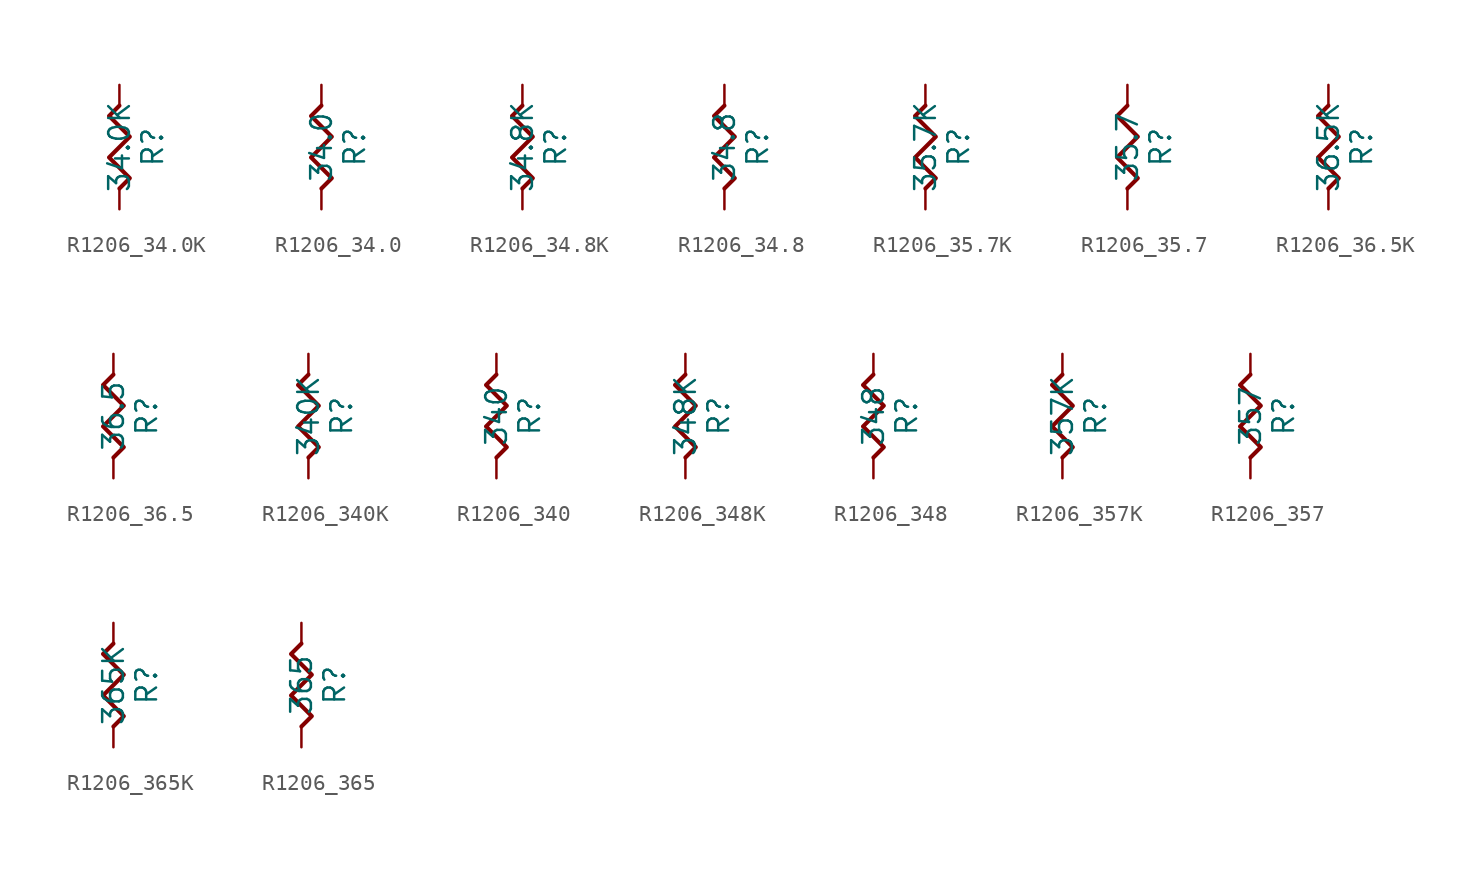
<source format=kicad_sym>
(kicad_symbol_lib
  (version 20211014)
  (generator atlantix-eda)
  (symbol "R1206_34.0K"
    (pin_numbers hide)
    (pin_names
      (offset 0))
    (property "Reference" "R"
      (at 2.032 0 90)
      (effects (font (size 1.27 1.27))))
    (property "Value" "34.0K"
      (at 0 0 90)
      (effects (font (size 1.27 1.27))))
    (symbol "R1206_34.0K_0_1"
      (polyline (pts (xy 0 -2.54) (xy 0.635 -1.905) (xy -0.635 -0.635) (xy 0.635 0.635) (xy -0.635 1.905) (xy 0 2.54)) (stroke (width 0.254) (type default) (color 0 0 0 0)) (fill (type none))))
    (symbol "R1206_34.0K_1_1"
      (pin passive line (at 0 3.81 270) (length 1.27) (name "~" (effects (font (size 1.27 1.27)))) (number "1" (effects (font (size 1.27 1.27)))))
      (pin passive line (at 0 -3.81 90) (length 1.27) (name "~" (effects (font (size 1.27 1.27)))) (number "2" (effects (font (size 1.27 1.27)))))))
  (symbol "R1206_34.0"
    (pin_numbers hide)
    (pin_names
      (offset 0))
    (property "Reference" "R"
      (at 2.032 0 90)
      (effects (font (size 1.27 1.27))))
    (property "Value" "34.0"
      (at 0 0 90)
      (effects (font (size 1.27 1.27))))
    (symbol "R1206_34.0_0_1"
      (polyline (pts (xy 0 -2.54) (xy 0.635 -1.905) (xy -0.635 -0.635) (xy 0.635 0.635) (xy -0.635 1.905) (xy 0 2.54)) (stroke (width 0.254) (type default) (color 0 0 0 0)) (fill (type none))))
    (symbol "R1206_34.0_1_1"
      (pin passive line (at 0 3.81 270) (length 1.27) (name "~" (effects (font (size 1.27 1.27)))) (number "1" (effects (font (size 1.27 1.27)))))
      (pin passive line (at 0 -3.81 90) (length 1.27) (name "~" (effects (font (size 1.27 1.27)))) (number "2" (effects (font (size 1.27 1.27)))))))
  (symbol "R1206_34.8K"
    (pin_numbers hide)
    (pin_names
      (offset 0))
    (property "Reference" "R"
      (at 2.032 0 90)
      (effects (font (size 1.27 1.27))))
    (property "Value" "34.8K"
      (at 0 0 90)
      (effects (font (size 1.27 1.27))))
    (symbol "R1206_34.8K_0_1"
      (polyline (pts (xy 0 -2.54) (xy 0.635 -1.905) (xy -0.635 -0.635) (xy 0.635 0.635) (xy -0.635 1.905) (xy 0 2.54)) (stroke (width 0.254) (type default) (color 0 0 0 0)) (fill (type none))))
    (symbol "R1206_34.8K_1_1"
      (pin passive line (at 0 3.81 270) (length 1.27) (name "~" (effects (font (size 1.27 1.27)))) (number "1" (effects (font (size 1.27 1.27)))))
      (pin passive line (at 0 -3.81 90) (length 1.27) (name "~" (effects (font (size 1.27 1.27)))) (number "2" (effects (font (size 1.27 1.27)))))))
  (symbol "R1206_34.8"
    (pin_numbers hide)
    (pin_names
      (offset 0))
    (property "Reference" "R"
      (at 2.032 0 90)
      (effects (font (size 1.27 1.27))))
    (property "Value" "34.8"
      (at 0 0 90)
      (effects (font (size 1.27 1.27))))
    (symbol "R1206_34.8_0_1"
      (polyline (pts (xy 0 -2.54) (xy 0.635 -1.905) (xy -0.635 -0.635) (xy 0.635 0.635) (xy -0.635 1.905) (xy 0 2.54)) (stroke (width 0.254) (type default) (color 0 0 0 0)) (fill (type none))))
    (symbol "R1206_34.8_1_1"
      (pin passive line (at 0 3.81 270) (length 1.27) (name "~" (effects (font (size 1.27 1.27)))) (number "1" (effects (font (size 1.27 1.27)))))
      (pin passive line (at 0 -3.81 90) (length 1.27) (name "~" (effects (font (size 1.27 1.27)))) (number "2" (effects (font (size 1.27 1.27)))))))
  (symbol "R1206_35.7K"
    (pin_numbers hide)
    (pin_names
      (offset 0))
    (property "Reference" "R"
      (at 2.032 0 90)
      (effects (font (size 1.27 1.27))))
    (property "Value" "35.7K"
      (at 0 0 90)
      (effects (font (size 1.27 1.27))))
    (symbol "R1206_35.7K_0_1"
      (polyline (pts (xy 0 -2.54) (xy 0.635 -1.905) (xy -0.635 -0.635) (xy 0.635 0.635) (xy -0.635 1.905) (xy 0 2.54)) (stroke (width 0.254) (type default) (color 0 0 0 0)) (fill (type none))))
    (symbol "R1206_35.7K_1_1"
      (pin passive line (at 0 3.81 270) (length 1.27) (name "~" (effects (font (size 1.27 1.27)))) (number "1" (effects (font (size 1.27 1.27)))))
      (pin passive line (at 0 -3.81 90) (length 1.27) (name "~" (effects (font (size 1.27 1.27)))) (number "2" (effects (font (size 1.27 1.27)))))))
  (symbol "R1206_35.7"
    (pin_numbers hide)
    (pin_names
      (offset 0))
    (property "Reference" "R"
      (at 2.032 0 90)
      (effects (font (size 1.27 1.27))))
    (property "Value" "35.7"
      (at 0 0 90)
      (effects (font (size 1.27 1.27))))
    (symbol "R1206_35.7_0_1"
      (polyline (pts (xy 0 -2.54) (xy 0.635 -1.905) (xy -0.635 -0.635) (xy 0.635 0.635) (xy -0.635 1.905) (xy 0 2.54)) (stroke (width 0.254) (type default) (color 0 0 0 0)) (fill (type none))))
    (symbol "R1206_35.7_1_1"
      (pin passive line (at 0 3.81 270) (length 1.27) (name "~" (effects (font (size 1.27 1.27)))) (number "1" (effects (font (size 1.27 1.27)))))
      (pin passive line (at 0 -3.81 90) (length 1.27) (name "~" (effects (font (size 1.27 1.27)))) (number "2" (effects (font (size 1.27 1.27)))))))
  (symbol "R1206_36.5K"
    (pin_numbers hide)
    (pin_names
      (offset 0))
    (property "Reference" "R"
      (at 2.032 0 90)
      (effects (font (size 1.27 1.27))))
    (property "Value" "36.5K"
      (at 0 0 90)
      (effects (font (size 1.27 1.27))))
    (symbol "R1206_36.5K_0_1"
      (polyline (pts (xy 0 -2.54) (xy 0.635 -1.905) (xy -0.635 -0.635) (xy 0.635 0.635) (xy -0.635 1.905) (xy 0 2.54)) (stroke (width 0.254) (type default) (color 0 0 0 0)) (fill (type none))))
    (symbol "R1206_36.5K_1_1"
      (pin passive line (at 0 3.81 270) (length 1.27) (name "~" (effects (font (size 1.27 1.27)))) (number "1" (effects (font (size 1.27 1.27)))))
      (pin passive line (at 0 -3.81 90) (length 1.27) (name "~" (effects (font (size 1.27 1.27)))) (number "2" (effects (font (size 1.27 1.27)))))))
  (symbol "R1206_36.5"
    (pin_numbers hide)
    (pin_names
      (offset 0))
    (property "Reference" "R"
      (at 2.032 0 90)
      (effects (font (size 1.27 1.27))))
    (property "Value" "36.5"
      (at 0 0 90)
      (effects (font (size 1.27 1.27))))
    (symbol "R1206_36.5_0_1"
      (polyline (pts (xy 0 -2.54) (xy 0.635 -1.905) (xy -0.635 -0.635) (xy 0.635 0.635) (xy -0.635 1.905) (xy 0 2.54)) (stroke (width 0.254) (type default) (color 0 0 0 0)) (fill (type none))))
    (symbol "R1206_36.5_1_1"
      (pin passive line (at 0 3.81 270) (length 1.27) (name "~" (effects (font (size 1.27 1.27)))) (number "1" (effects (font (size 1.27 1.27)))))
      (pin passive line (at 0 -3.81 90) (length 1.27) (name "~" (effects (font (size 1.27 1.27)))) (number "2" (effects (font (size 1.27 1.27)))))))
  (symbol "R1206_340K"
    (pin_numbers hide)
    (pin_names
      (offset 0))
    (property "Reference" "R"
      (at 2.032 0 90)
      (effects (font (size 1.27 1.27))))
    (property "Value" "340K"
      (at 0 0 90)
      (effects (font (size 1.27 1.27))))
    (symbol "R1206_340K_0_1"
      (polyline (pts (xy 0 -2.54) (xy 0.635 -1.905) (xy -0.635 -0.635) (xy 0.635 0.635) (xy -0.635 1.905) (xy 0 2.54)) (stroke (width 0.254) (type default) (color 0 0 0 0)) (fill (type none))))
    (symbol "R1206_340K_1_1"
      (pin passive line (at 0 3.81 270) (length 1.27) (name "~" (effects (font (size 1.27 1.27)))) (number "1" (effects (font (size 1.27 1.27)))))
      (pin passive line (at 0 -3.81 90) (length 1.27) (name "~" (effects (font (size 1.27 1.27)))) (number "2" (effects (font (size 1.27 1.27)))))))
  (symbol "R1206_340"
    (pin_numbers hide)
    (pin_names
      (offset 0))
    (property "Reference" "R"
      (at 2.032 0 90)
      (effects (font (size 1.27 1.27))))
    (property "Value" "340"
      (at 0 0 90)
      (effects (font (size 1.27 1.27))))
    (symbol "R1206_340_0_1"
      (polyline (pts (xy 0 -2.54) (xy 0.635 -1.905) (xy -0.635 -0.635) (xy 0.635 0.635) (xy -0.635 1.905) (xy 0 2.54)) (stroke (width 0.254) (type default) (color 0 0 0 0)) (fill (type none))))
    (symbol "R1206_340_1_1"
      (pin passive line (at 0 3.81 270) (length 1.27) (name "~" (effects (font (size 1.27 1.27)))) (number "1" (effects (font (size 1.27 1.27)))))
      (pin passive line (at 0 -3.81 90) (length 1.27) (name "~" (effects (font (size 1.27 1.27)))) (number "2" (effects (font (size 1.27 1.27)))))))
  (symbol "R1206_348K"
    (pin_numbers hide)
    (pin_names
      (offset 0))
    (property "Reference" "R"
      (at 2.032 0 90)
      (effects (font (size 1.27 1.27))))
    (property "Value" "348K"
      (at 0 0 90)
      (effects (font (size 1.27 1.27))))
    (symbol "R1206_348K_0_1"
      (polyline (pts (xy 0 -2.54) (xy 0.635 -1.905) (xy -0.635 -0.635) (xy 0.635 0.635) (xy -0.635 1.905) (xy 0 2.54)) (stroke (width 0.254) (type default) (color 0 0 0 0)) (fill (type none))))
    (symbol "R1206_348K_1_1"
      (pin passive line (at 0 3.81 270) (length 1.27) (name "~" (effects (font (size 1.27 1.27)))) (number "1" (effects (font (size 1.27 1.27)))))
      (pin passive line (at 0 -3.81 90) (length 1.27) (name "~" (effects (font (size 1.27 1.27)))) (number "2" (effects (font (size 1.27 1.27)))))))
  (symbol "R1206_348"
    (pin_numbers hide)
    (pin_names
      (offset 0))
    (property "Reference" "R"
      (at 2.032 0 90)
      (effects (font (size 1.27 1.27))))
    (property "Value" "348"
      (at 0 0 90)
      (effects (font (size 1.27 1.27))))
    (symbol "R1206_348_0_1"
      (polyline (pts (xy 0 -2.54) (xy 0.635 -1.905) (xy -0.635 -0.635) (xy 0.635 0.635) (xy -0.635 1.905) (xy 0 2.54)) (stroke (width 0.254) (type default) (color 0 0 0 0)) (fill (type none))))
    (symbol "R1206_348_1_1"
      (pin passive line (at 0 3.81 270) (length 1.27) (name "~" (effects (font (size 1.27 1.27)))) (number "1" (effects (font (size 1.27 1.27)))))
      (pin passive line (at 0 -3.81 90) (length 1.27) (name "~" (effects (font (size 1.27 1.27)))) (number "2" (effects (font (size 1.27 1.27)))))))
  (symbol "R1206_357K"
    (pin_numbers hide)
    (pin_names
      (offset 0))
    (property "Reference" "R"
      (at 2.032 0 90)
      (effects (font (size 1.27 1.27))))
    (property "Value" "357K"
      (at 0 0 90)
      (effects (font (size 1.27 1.27))))
    (symbol "R1206_357K_0_1"
      (polyline (pts (xy 0 -2.54) (xy 0.635 -1.905) (xy -0.635 -0.635) (xy 0.635 0.635) (xy -0.635 1.905) (xy 0 2.54)) (stroke (width 0.254) (type default) (color 0 0 0 0)) (fill (type none))))
    (symbol "R1206_357K_1_1"
      (pin passive line (at 0 3.81 270) (length 1.27) (name "~" (effects (font (size 1.27 1.27)))) (number "1" (effects (font (size 1.27 1.27)))))
      (pin passive line (at 0 -3.81 90) (length 1.27) (name "~" (effects (font (size 1.27 1.27)))) (number "2" (effects (font (size 1.27 1.27)))))))
  (symbol "R1206_357"
    (pin_numbers hide)
    (pin_names
      (offset 0))
    (property "Reference" "R"
      (at 2.032 0 90)
      (effects (font (size 1.27 1.27))))
    (property "Value" "357"
      (at 0 0 90)
      (effects (font (size 1.27 1.27))))
    (symbol "R1206_357_0_1"
      (polyline (pts (xy 0 -2.54) (xy 0.635 -1.905) (xy -0.635 -0.635) (xy 0.635 0.635) (xy -0.635 1.905) (xy 0 2.54)) (stroke (width 0.254) (type default) (color 0 0 0 0)) (fill (type none))))
    (symbol "R1206_357_1_1"
      (pin passive line (at 0 3.81 270) (length 1.27) (name "~" (effects (font (size 1.27 1.27)))) (number "1" (effects (font (size 1.27 1.27)))))
      (pin passive line (at 0 -3.81 90) (length 1.27) (name "~" (effects (font (size 1.27 1.27)))) (number "2" (effects (font (size 1.27 1.27)))))))
  (symbol "R1206_365K"
    (pin_numbers hide)
    (pin_names
      (offset 0))
    (property "Reference" "R"
      (at 2.032 0 90)
      (effects (font (size 1.27 1.27))))
    (property "Value" "365K"
      (at 0 0 90)
      (effects (font (size 1.27 1.27))))
    (symbol "R1206_365K_0_1"
      (polyline (pts (xy 0 -2.54) (xy 0.635 -1.905) (xy -0.635 -0.635) (xy 0.635 0.635) (xy -0.635 1.905) (xy 0 2.54)) (stroke (width 0.254) (type default) (color 0 0 0 0)) (fill (type none))))
    (symbol "R1206_365K_1_1"
      (pin passive line (at 0 3.81 270) (length 1.27) (name "~" (effects (font (size 1.27 1.27)))) (number "1" (effects (font (size 1.27 1.27)))))
      (pin passive line (at 0 -3.81 90) (length 1.27) (name "~" (effects (font (size 1.27 1.27)))) (number "2" (effects (font (size 1.27 1.27)))))))
  (symbol "R1206_365"
    (pin_numbers hide)
    (pin_names
      (offset 0))
    (property "Reference" "R"
      (at 2.032 0 90)
      (effects (font (size 1.27 1.27))))
    (property "Value" "365"
      (at 0 0 90)
      (effects (font (size 1.27 1.27))))
    (symbol "R1206_365_0_1"
      (polyline (pts (xy 0 -2.54) (xy 0.635 -1.905) (xy -0.635 -0.635) (xy 0.635 0.635) (xy -0.635 1.905) (xy 0 2.54)) (stroke (width 0.254) (type default) (color 0 0 0 0)) (fill (type none))))
    (symbol "R1206_365_1_1"
      (pin passive line (at 0 3.81 270) (length 1.27) (name "~" (effects (font (size 1.27 1.27)))) (number "1" (effects (font (size 1.27 1.27)))))
      (pin passive line (at 0 -3.81 90) (length 1.27) (name "~" (effects (font (size 1.27 1.27)))) (number "2" (effects (font (size 1.27 1.27))))))))
</source>
